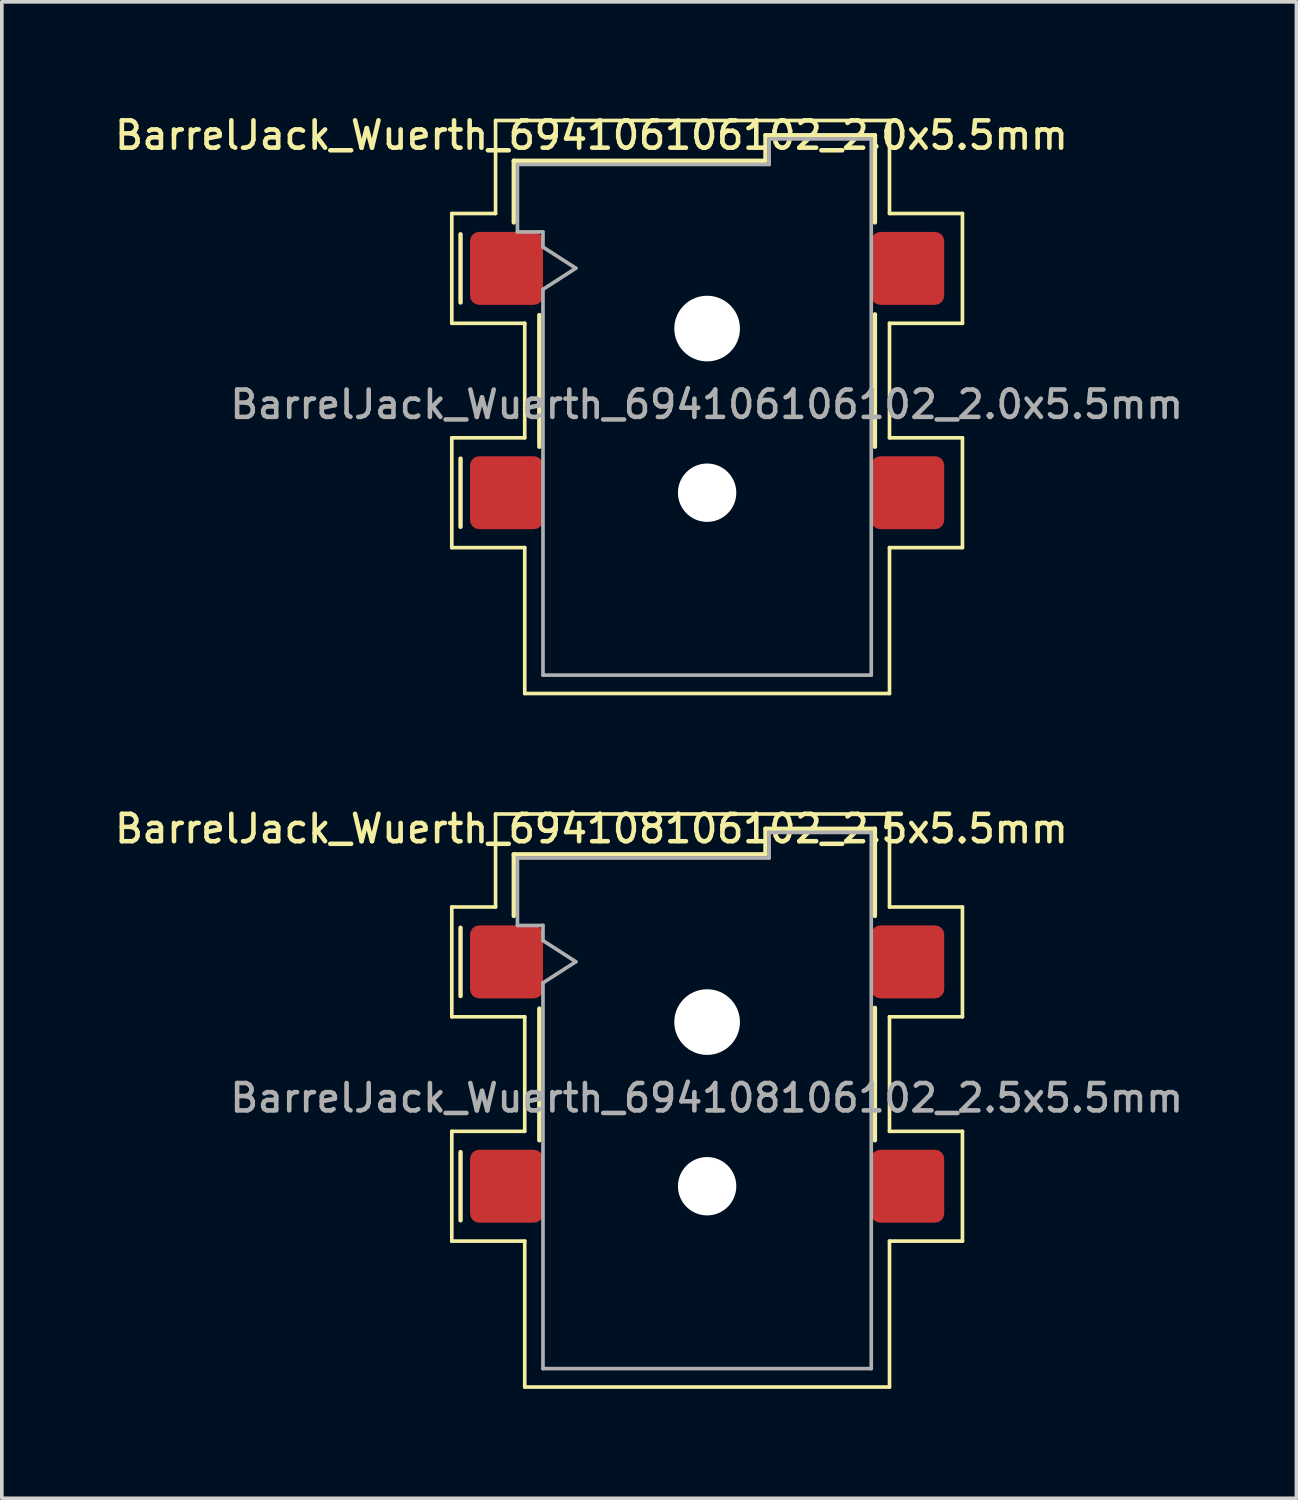
<source format=kicad_pcb>
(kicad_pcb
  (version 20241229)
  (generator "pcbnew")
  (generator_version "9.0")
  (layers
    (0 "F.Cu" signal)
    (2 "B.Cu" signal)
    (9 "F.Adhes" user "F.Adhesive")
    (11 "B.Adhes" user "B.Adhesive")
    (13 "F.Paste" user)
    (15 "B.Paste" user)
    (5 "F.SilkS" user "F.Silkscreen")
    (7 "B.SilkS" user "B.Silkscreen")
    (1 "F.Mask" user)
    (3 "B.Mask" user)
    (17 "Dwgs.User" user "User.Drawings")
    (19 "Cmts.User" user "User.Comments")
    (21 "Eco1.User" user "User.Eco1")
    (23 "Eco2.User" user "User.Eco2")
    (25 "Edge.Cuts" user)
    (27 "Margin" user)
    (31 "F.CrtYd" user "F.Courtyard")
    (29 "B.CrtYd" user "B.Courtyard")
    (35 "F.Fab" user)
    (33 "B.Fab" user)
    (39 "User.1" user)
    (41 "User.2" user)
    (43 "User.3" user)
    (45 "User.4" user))
  (footprint "BarrelJack_Wuerth_694108106102_2.5x5.5mm"
    (layer "F.Cu")
    (at 16.336 26.396)
    (property "Reference" "BarrelJack_Wuerth_694108106102_2.5x5.5mm" (at -3.17 -6.725 0) (layer "F.SilkS") (effects (font (size 0.75 0.75) (thickness 0.125))))
    (attr smd)
    (fp_circle (center 0 -1.425) (end 0.9 -1.425) (stroke (width 0.12) (type solid)) (fill no) (layer "B.Mask"))
    (fp_circle (center 0 3.075) (end 0.8 3.075) (stroke (width 0.12) (type solid)) (fill no) (layer "B.Mask"))
    (fp_line (start -7 -4.58) (end -7 -1.57) (stroke (width 0.1) (type default)) (layer "F.SilkS"))
    (fp_line (start -7 1.57) (end -7 4.58) (stroke (width 0.1) (type default)) (layer "F.SilkS"))
    (fp_line (start -6.76 -4.01) (end -6.76 -2.14) (stroke (width 0.12) (type default)) (layer "F.SilkS"))
    (fp_line (start -6.76 2.14) (end -6.76 4.01) (stroke (width 0.12) (type default)) (layer "F.SilkS"))
    (fp_line (start -5.8 -7.13) (end -5.8 -4.58) (stroke (width 0.1) (type default)) (layer "F.SilkS"))
    (fp_line (start -5.8 -7.13) (end 5 -7.13) (stroke (width 0.1) (type solid)) (layer "F.SilkS"))
    (fp_line (start -5.8 -4.58) (end -7 -4.58) (stroke (width 0.1) (type default)) (layer "F.SilkS"))
    (fp_line (start -5.3 -4.335) (end -5.3 -6.025) (stroke (width 0.12) (type solid)) (layer "F.SilkS"))
    (fp_line (start -5 -1.57) (end -7 -1.57) (stroke (width 0.1) (type default)) (layer "F.SilkS"))
    (fp_line (start -5 -1.57) (end -5 1.57) (stroke (width 0.1) (type default)) (layer "F.SilkS"))
    (fp_line (start -5 1.57) (end -7 1.57) (stroke (width 0.1) (type default)) (layer "F.SilkS"))
    (fp_line (start -5 4.58) (end -7 4.58) (stroke (width 0.1) (type default)) (layer "F.SilkS"))
    (fp_line (start -5 8.58) (end -5 4.58) (stroke (width 0.1) (type solid)) (layer "F.SilkS"))
    (fp_line (start -4.6 -1.795) (end -4.6 1.815) (stroke (width 0.12) (type solid)) (layer "F.SilkS"))
    (fp_line (start 1.6 -6.725) (end 1.6 -6.025) (stroke (width 0.12) (type solid)) (layer "F.SilkS"))
    (fp_line (start 1.6 -6.025) (end -5.3 -6.025) (stroke (width 0.12) (type solid)) (layer "F.SilkS"))
    (fp_line (start 4.6 -6.725) (end 1.6 -6.725) (stroke (width 0.12) (type solid)) (layer "F.SilkS"))
    (fp_line (start 4.6 -6.725) (end 4.6 -4.335) (stroke (width 0.12) (type default)) (layer "F.SilkS"))
    (fp_line (start 4.6 -1.815) (end 4.6 1.815) (stroke (width 0.12) (type solid)) (layer "F.SilkS"))
    (fp_line (start 5 -7.13) (end 5 -4.58) (stroke (width 0.1) (type default)) (layer "F.SilkS"))
    (fp_line (start 5 -4.58) (end 7 -4.58) (stroke (width 0.1) (type default)) (layer "F.SilkS"))
    (fp_line (start 5 -1.57) (end 5 1.57) (stroke (width 0.1) (type default)) (layer "F.SilkS"))
    (fp_line (start 5 1.57) (end 7 1.57) (stroke (width 0.1) (type default)) (layer "F.SilkS"))
    (fp_line (start 5 4.58) (end 5 8.58) (stroke (width 0.1) (type default)) (layer "F.SilkS"))
    (fp_line (start 5 8.58) (end -5 8.58) (stroke (width 0.1) (type solid)) (layer "F.SilkS"))
    (fp_line (start 7 -4.58) (end 7 -1.57) (stroke (width 0.1) (type default)) (layer "F.SilkS"))
    (fp_line (start 7 -1.57) (end 5 -1.57) (stroke (width 0.1) (type default)) (layer "F.SilkS"))
    (fp_line (start 7 1.57) (end 7 4.58) (stroke (width 0.1) (type default)) (layer "F.SilkS"))
    (fp_line (start 7 4.58) (end 5 4.58) (stroke (width 0.1) (type default)) (layer "F.SilkS"))
    (fp_line (start -5.2 -5.925) (end -5.2 -4.075) (stroke (width 0.1) (type default)) (layer "F.Fab"))
    (fp_line (start -5.2 -4.075) (end -4.5 -4.075) (stroke (width 0.1) (type default)) (layer "F.Fab"))
    (fp_line (start -4.5 -4.075) (end -4.5 -3.66) (stroke (width 0.1) (type default)) (layer "F.Fab"))
    (fp_line (start -4.5 -3.66) (end -3.6 -3.08) (stroke (width 0.1) (type default)) (layer "F.Fab"))
    (fp_line (start -4.5 -2.5) (end -4.5 8.075) (stroke (width 0.1) (type default)) (layer "F.Fab"))
    (fp_line (start -4.5 8.075) (end 4.5 8.075) (stroke (width 0.1) (type default)) (layer "F.Fab"))
    (fp_line (start -3.6 -3.08) (end -4.5 -2.5) (stroke (width 0.1) (type default)) (layer "F.Fab"))
    (fp_line (start 1.7 -6.625) (end 1.7 -5.925) (stroke (width 0.1) (type default)) (layer "F.Fab"))
    (fp_line (start 1.7 -5.925) (end -5.2 -5.925) (stroke (width 0.1) (type default)) (layer "F.Fab"))
    (fp_line (start 4.5 -6.625) (end 1.7 -6.625) (stroke (width 0.1) (type default)) (layer "F.Fab"))
    (fp_line (start 4.5 8.075) (end 4.5 -6.625) (stroke (width 0.1) (type default)) (layer "F.Fab"))
    (fp_text user "${REFERENCE}" (at -0.01 0.655 0) (layer "F.Fab") (effects (font (size 0.75 0.75) (thickness 0.125))))
    (pad "" np_thru_hole circle (at 0 -1.425) (size 1.8 1.8) (drill 1.8) (layers "*.Cu" "*.Mask"))
    (pad "" np_thru_hole circle (at 0 3.075) (size 1.6 1.6) (drill 1.6) (layers "*.Cu" "*.Mask"))
    (pad "1" smd roundrect (at -5.5 -3.075) (size 2 2) (layers "F.Cu" "F.Mask" "F.Paste") (roundrect_rratio 0.125))
    (pad "1" smd roundrect (at -5.5 3.075) (size 2 2) (layers "F.Cu" "F.Mask" "F.Paste") (roundrect_rratio 0.125))
    (pad "2" smd roundrect (at 5.5 3.075) (size 2 2) (layers "F.Cu" "F.Mask" "F.Paste") (roundrect_rratio 0.125))
    (pad "3" smd roundrect (at 5.5 -3.075) (size 2 2) (layers "F.Cu" "F.Mask" "F.Paste") (roundrect_rratio 0.125)))
  (footprint "BarrelJack_Wuerth_694106106102_2.0x5.5mm"
    (layer "F.Cu")
    (at 16.336 7.383)
    (property "Reference" "BarrelJack_Wuerth_694106106102_2.0x5.5mm" (at -3.17 -6.725 0) (layer "F.SilkS") (effects (font (size 0.75 0.75) (thickness 0.125))))
    (attr smd)
    (fp_circle (center 0 -1.425) (end 0.9 -1.425) (stroke (width 0.12) (type solid)) (fill no) (layer "B.Mask"))
    (fp_circle (center 0 3.075) (end 0.8 3.075) (stroke (width 0.12) (type solid)) (fill no) (layer "B.Mask"))
    (fp_line (start -7 -4.58) (end -7 -1.57) (stroke (width 0.1) (type default)) (layer "F.SilkS"))
    (fp_line (start -7 1.57) (end -7 4.58) (stroke (width 0.1) (type default)) (layer "F.SilkS"))
    (fp_line (start -6.76 -4.01) (end -6.76 -2.14) (stroke (width 0.12) (type default)) (layer "F.SilkS"))
    (fp_line (start -6.76 2.14) (end -6.76 4.01) (stroke (width 0.12) (type default)) (layer "F.SilkS"))
    (fp_line (start -5.8 -7.13) (end -5.8 -4.58) (stroke (width 0.1) (type default)) (layer "F.SilkS"))
    (fp_line (start -5.8 -7.13) (end 5 -7.13) (stroke (width 0.1) (type solid)) (layer "F.SilkS"))
    (fp_line (start -5.8 -4.58) (end -7 -4.58) (stroke (width 0.1) (type default)) (layer "F.SilkS"))
    (fp_line (start -5.3 -4.335) (end -5.3 -6.025) (stroke (width 0.12) (type solid)) (layer "F.SilkS"))
    (fp_line (start -5 -1.57) (end -7 -1.57) (stroke (width 0.1) (type default)) (layer "F.SilkS"))
    (fp_line (start -5 -1.57) (end -5 1.57) (stroke (width 0.1) (type default)) (layer "F.SilkS"))
    (fp_line (start -5 1.57) (end -7 1.57) (stroke (width 0.1) (type default)) (layer "F.SilkS"))
    (fp_line (start -5 4.58) (end -7 4.58) (stroke (width 0.1) (type default)) (layer "F.SilkS"))
    (fp_line (start -5 8.58) (end -5 4.58) (stroke (width 0.1) (type solid)) (layer "F.SilkS"))
    (fp_line (start -4.6 -1.795) (end -4.6 1.815) (stroke (width 0.12) (type solid)) (layer "F.SilkS"))
    (fp_line (start 1.6 -6.725) (end 1.6 -6.025) (stroke (width 0.12) (type solid)) (layer "F.SilkS"))
    (fp_line (start 1.6 -6.025) (end -5.3 -6.025) (stroke (width 0.12) (type solid)) (layer "F.SilkS"))
    (fp_line (start 4.6 -6.725) (end 1.6 -6.725) (stroke (width 0.12) (type solid)) (layer "F.SilkS"))
    (fp_line (start 4.6 -6.725) (end 4.6 -4.335) (stroke (width 0.12) (type default)) (layer "F.SilkS"))
    (fp_line (start 4.6 -1.815) (end 4.6 1.815) (stroke (width 0.12) (type solid)) (layer "F.SilkS"))
    (fp_line (start 5 -7.13) (end 5 -4.58) (stroke (width 0.1) (type default)) (layer "F.SilkS"))
    (fp_line (start 5 -4.58) (end 7 -4.58) (stroke (width 0.1) (type default)) (layer "F.SilkS"))
    (fp_line (start 5 -1.57) (end 5 1.57) (stroke (width 0.1) (type default)) (layer "F.SilkS"))
    (fp_line (start 5 1.57) (end 7 1.57) (stroke (width 0.1) (type default)) (layer "F.SilkS"))
    (fp_line (start 5 4.58) (end 5 8.58) (stroke (width 0.1) (type default)) (layer "F.SilkS"))
    (fp_line (start 5 8.58) (end -5 8.58) (stroke (width 0.1) (type solid)) (layer "F.SilkS"))
    (fp_line (start 7 -4.58) (end 7 -1.57) (stroke (width 0.1) (type default)) (layer "F.SilkS"))
    (fp_line (start 7 -1.57) (end 5 -1.57) (stroke (width 0.1) (type default)) (layer "F.SilkS"))
    (fp_line (start 7 1.57) (end 7 4.58) (stroke (width 0.1) (type default)) (layer "F.SilkS"))
    (fp_line (start 7 4.58) (end 5 4.58) (stroke (width 0.1) (type default)) (layer "F.SilkS"))
    (fp_line (start -5.2 -5.925) (end -5.2 -4.075) (stroke (width 0.1) (type default)) (layer "F.Fab"))
    (fp_line (start -5.2 -4.075) (end -4.5 -4.075) (stroke (width 0.1) (type default)) (layer "F.Fab"))
    (fp_line (start -4.5 -4.075) (end -4.5 -3.66) (stroke (width 0.1) (type default)) (layer "F.Fab"))
    (fp_line (start -4.5 -3.66) (end -3.6 -3.08) (stroke (width 0.1) (type default)) (layer "F.Fab"))
    (fp_line (start -4.5 -2.5) (end -4.5 8.075) (stroke (width 0.1) (type default)) (layer "F.Fab"))
    (fp_line (start -4.5 8.075) (end 4.5 8.075) (stroke (width 0.1) (type default)) (layer "F.Fab"))
    (fp_line (start -3.6 -3.08) (end -4.5 -2.5) (stroke (width 0.1) (type default)) (layer "F.Fab"))
    (fp_line (start 1.7 -6.625) (end 1.7 -5.925) (stroke (width 0.1) (type default)) (layer "F.Fab"))
    (fp_line (start 1.7 -5.925) (end -5.2 -5.925) (stroke (width 0.1) (type default)) (layer "F.Fab"))
    (fp_line (start 4.5 -6.625) (end 1.7 -6.625) (stroke (width 0.1) (type default)) (layer "F.Fab"))
    (fp_line (start 4.5 8.075) (end 4.5 -6.625) (stroke (width 0.1) (type default)) (layer "F.Fab"))
    (fp_text user "${REFERENCE}" (at -0.01 0.655 0) (layer "F.Fab") (effects (font (size 0.75 0.75) (thickness 0.125))))
    (pad "" np_thru_hole circle (at 0 -1.425) (size 1.8 1.8) (drill 1.8) (layers "*.Cu" "*.Mask"))
    (pad "" np_thru_hole circle (at 0 3.075) (size 1.6 1.6) (drill 1.6) (layers "*.Cu" "*.Mask"))
    (pad "1" smd roundrect (at -5.5 -3.075) (size 2 2) (layers "F.Cu" "F.Mask" "F.Paste") (roundrect_rratio 0.125))
    (pad "1" smd roundrect (at -5.5 3.075) (size 2 2) (layers "F.Cu" "F.Mask" "F.Paste") (roundrect_rratio 0.125))
    (pad "2" smd roundrect (at 5.5 3.075) (size 2 2) (layers "F.Cu" "F.Mask" "F.Paste") (roundrect_rratio 0.125))
    (pad "3" smd roundrect (at 5.5 -3.075) (size 2 2) (layers "F.Cu" "F.Mask" "F.Paste") (roundrect_rratio 0.125)))
  (gr_rect
    (start -3 -3)
    (end 32.492 38.026)
    (stroke (width 0.1) (type default))
    (fill no)
    (layer "Edge.Cuts")))
</source>
